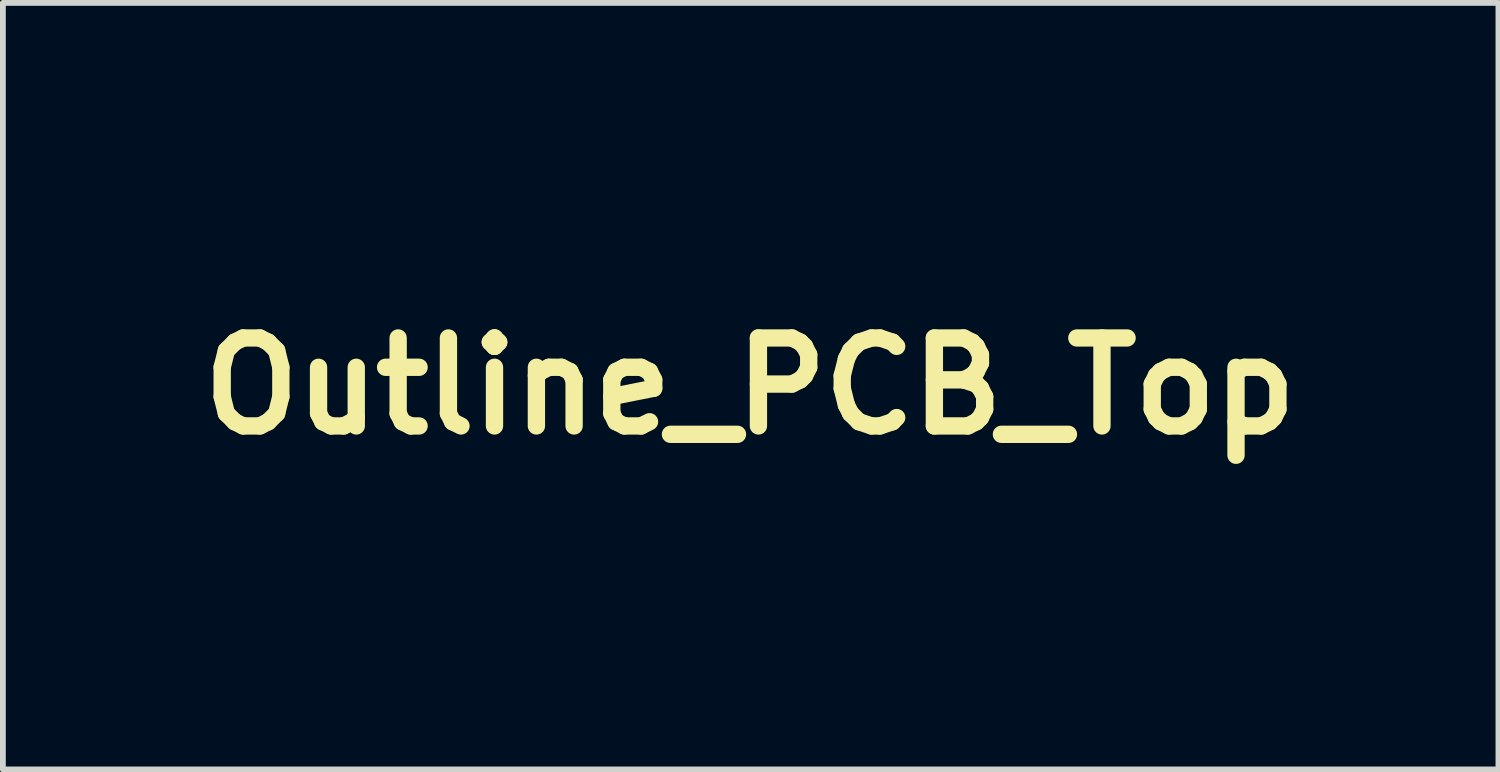
<source format=kicad_pcb>
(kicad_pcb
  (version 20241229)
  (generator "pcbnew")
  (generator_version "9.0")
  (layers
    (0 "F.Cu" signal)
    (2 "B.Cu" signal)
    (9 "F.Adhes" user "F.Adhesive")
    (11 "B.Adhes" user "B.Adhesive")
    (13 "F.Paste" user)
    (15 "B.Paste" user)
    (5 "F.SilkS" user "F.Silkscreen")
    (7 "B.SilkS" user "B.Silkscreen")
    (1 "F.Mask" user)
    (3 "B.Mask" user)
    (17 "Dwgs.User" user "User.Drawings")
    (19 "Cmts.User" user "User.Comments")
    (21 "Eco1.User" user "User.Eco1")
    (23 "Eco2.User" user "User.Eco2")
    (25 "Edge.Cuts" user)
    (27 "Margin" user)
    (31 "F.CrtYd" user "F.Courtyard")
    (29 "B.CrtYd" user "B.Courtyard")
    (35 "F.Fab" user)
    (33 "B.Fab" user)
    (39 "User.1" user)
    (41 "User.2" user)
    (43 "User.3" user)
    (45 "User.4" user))
  (footprint "Outline_PCB_Top"
    (layer "F.Cu")
    (at 9.943 3.639)
    (property "Reference" "Outline_PCB_Top" (at 0 0 0) (layer "F.SilkS") (effects (font (size 1.524 1.524) (thickness 0.3))))
    (attr through_hole)
    (fp_poly (pts (xy 9.959 3.634) (xy -9.938 3.634) (xy -9.938 -3.634) (xy 9.959 -3.634) (xy 9.959 3.634)) (stroke (width 0.01) (type solid)) (fill no) (layer "Eco1.User")))
  (gr_rect
    (start -3 -3)
    (end 22.907 10.279)
    (stroke (width 0.1) (type default))
    (fill no)
    (layer "Edge.Cuts")))
</source>
